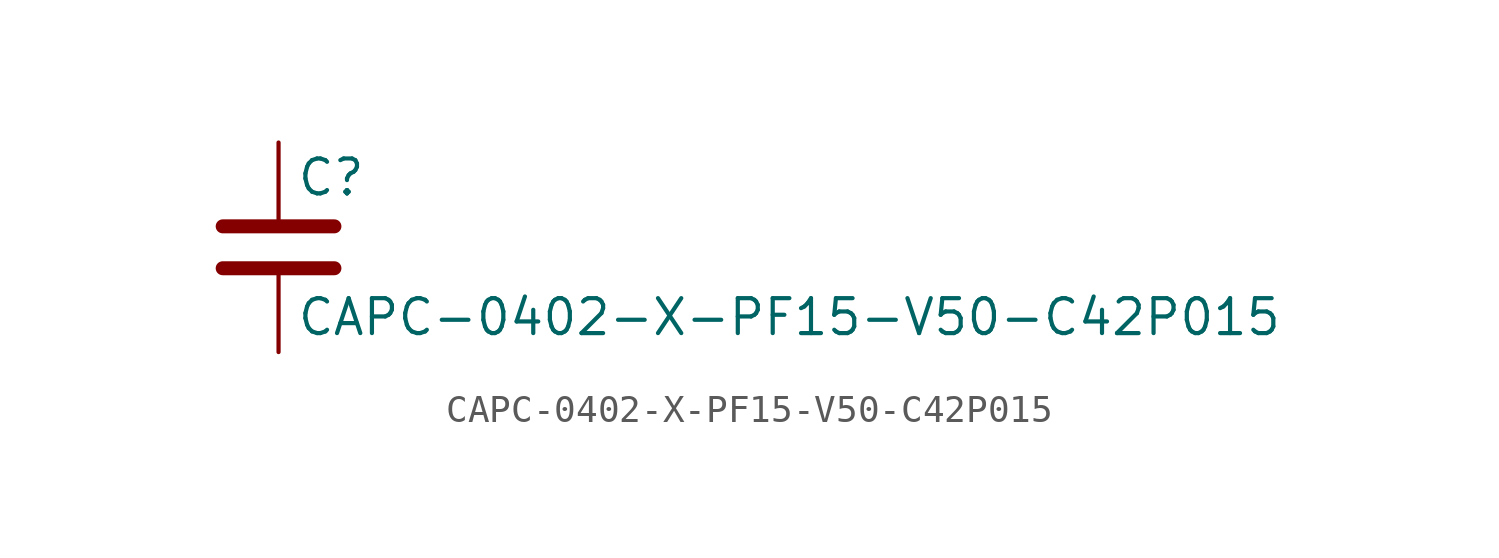
<source format=kicad_sym>
(kicad_symbol_lib
  (version 20211014)
  (generator kicad_symbol_editor)
  (symbol "CAPC-0402-X-PF15-V50-C42P015"
    (pin_numbers hide)
    (pin_names
      (offset 0.254))
    (property "Reference" "C"
      (at 0.635 2.54 0)
      (effects (font (size 1.27 1.27)) (justify left)))
    (property "Value" "CAPC-0402-X-PF15-V50-C42P015"
      (at 0.635 -2.54 0)
      (effects (font (size 1.27 1.27)) (justify left)))
    (symbol "CAPC-0402-X-PF15-V50-C42P015_0_1"
      (polyline (pts (xy -2.032 -0.762) (xy 2.032 -0.762)) (stroke (width 0.508) (type default) (color 0 0 0 0)) (fill (type none)))
      (polyline (pts (xy -2.032 0.762) (xy 2.032 0.762)) (stroke (width 0.508) (type default) (color 0 0 0 0)) (fill (type none))))
    (symbol "CAPC-0402-X-PF15-V50-C42P015_1_1"
      (pin passive line (at 0 3.81 270) (length 2.794) (name "~" (effects (font (size 1.27 1.27)))) (number "1" (effects (font (size 1.27 1.27)))))
      (pin passive line (at 0 -3.81 90) (length 2.794) (name "~" (effects (font (size 1.27 1.27)))) (number "2" (effects (font (size 1.27 1.27))))))))
</source>
